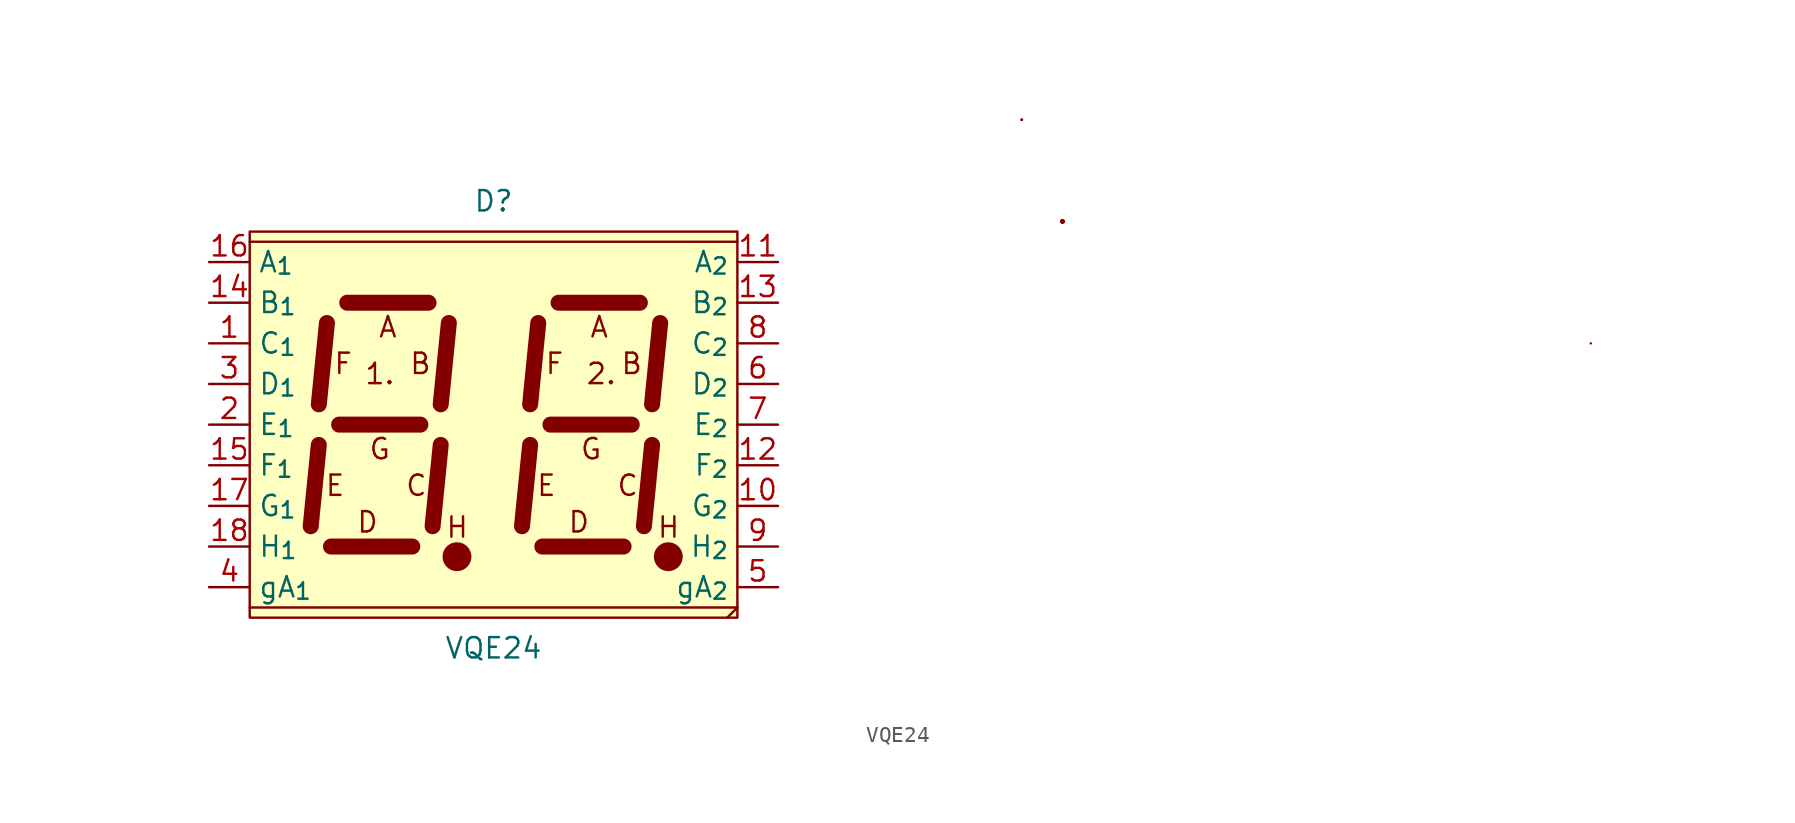
<source format=kicad_sym>
(kicad_symbol_lib
  (version 20211014)
  (generator kicad_symbol_editor)
  (symbol "VQE24"
    (property "Reference" "D"
      (at 0 15.24 0)
      (effects (font (size 1.27 1.27))))
    (property "Value" "VQE24"
      (at 0 -12.7 0)
      (effects (font (size 1.27 1.27))))
    (symbol "VQE24_0_0"
      (polyline (pts (xy 68.58 6.35) (xy 68.58 6.35)) (stroke (width 0.152) (type default) (color 0 0 0 0)) (fill (type none)))
      (circle (center 35.56 13.97) (radius 0.0001) (stroke (width 0.152) (type default) (color 0 0 0 0)) (fill (type none)))
      (circle (center 35.56 13.97) (radius 0.0001) (stroke (width 0.152) (type default) (color 0 0 0 0)) (fill (type none)))
      (text "1." (at -7.112 4.445 0) (effects (font (size 1.27 1.27))))
      (text "2." (at 6.731 4.445 0) (effects (font (size 1.27 1.27))))
      (text "A" (at -6.604 7.366 0) (effects (font (size 1.27 1.27))))
      (text "A" (at 6.604 7.366 0) (effects (font (size 1.27 1.27))))
      (text "B" (at -4.572 5.08 0) (effects (font (size 1.27 1.27))))
      (text "B" (at 8.636 5.08 0) (effects (font (size 1.27 1.27))))
      (text "C" (at -4.826 -2.54 0) (effects (font (size 1.27 1.27))))
      (text "C" (at 8.382 -2.54 0) (effects (font (size 1.27 1.27))))
      (text "D" (at -7.874 -4.826 0) (effects (font (size 1.27 1.27))))
      (text "D" (at 5.334 -4.826 0) (effects (font (size 1.27 1.27))))
      (text "E" (at -9.906 -2.54 0) (effects (font (size 1.27 1.27))))
      (text "E" (at 3.302 -2.54 0) (effects (font (size 1.27 1.27))))
      (text "F" (at -9.398 5.08 0) (effects (font (size 1.27 1.27))))
      (text "F" (at 3.81 5.08 0) (effects (font (size 1.27 1.27))))
      (text "G" (at -7.112 -0.254 0) (effects (font (size 1.27 1.27))))
      (text "G" (at 6.096 -0.254 0) (effects (font (size 1.27 1.27))))
      (text "H" (at -2.271 -5.151 0) (effects (font (size 1.27 1.27))))
      (text "H" (at 10.937 -5.151 0) (effects (font (size 1.27 1.27)))))
    (symbol "VQE24_0_1"
      (rectangle (start -15.24 13.335) (end 15.24 -10.795) (stroke (width 0.152) (type default) (color 0 0 0 0)) (fill (type background)))
      (circle (center -2.286 -6.985) (radius 0.827) (stroke (width 0.152) (type default) (color 0 0 0 0)) (fill (type outline)))
      (polyline (pts (xy -15.24 -10.16) (xy 15.24 -10.16)) (stroke (width 0.152) (type default) (color 0 0 0 0)) (fill (type none)))
      (polyline (pts (xy -15.24 12.7) (xy 15.24 12.7)) (stroke (width 0.152) (type default) (color 0 0 0 0)) (fill (type none)))
      (polyline (pts (xy -10.922 0) (xy -11.43 -5.08)) (stroke (width 1) (type default) (color 0 0 0 0)) (fill (type none)))
      (polyline (pts (xy -10.414 7.62) (xy -10.922 2.54)) (stroke (width 1) (type default) (color 0 0 0 0)) (fill (type none)))
      (polyline (pts (xy -10.16 -6.35) (xy -5.08 -6.35)) (stroke (width 1) (type default) (color 0 0 0 0)) (fill (type none)))
      (polyline (pts (xy -9.652 1.27) (xy -4.572 1.27)) (stroke (width 1) (type default) (color 0 0 0 0)) (fill (type none)))
      (polyline (pts (xy -9.144 8.89) (xy -4.064 8.89)) (stroke (width 1) (type default) (color 0 0 0 0)) (fill (type none)))
      (polyline (pts (xy -3.302 0) (xy -3.81 -5.08)) (stroke (width 1) (type default) (color 0 0 0 0)) (fill (type none)))
      (polyline (pts (xy -2.794 7.62) (xy -3.302 2.54)) (stroke (width 1) (type default) (color 0 0 0 0)) (fill (type none)))
      (polyline (pts (xy 2.286 0) (xy 1.778 -5.08)) (stroke (width 1) (type default) (color 0 0 0 0)) (fill (type none)))
      (polyline (pts (xy 2.794 7.62) (xy 2.286 2.54)) (stroke (width 1) (type default) (color 0 0 0 0)) (fill (type none)))
      (polyline (pts (xy 3.048 -6.35) (xy 8.128 -6.35)) (stroke (width 1) (type default) (color 0 0 0 0)) (fill (type none)))
      (polyline (pts (xy 3.556 1.27) (xy 8.636 1.27)) (stroke (width 1) (type default) (color 0 0 0 0)) (fill (type none)))
      (polyline (pts (xy 4.064 8.89) (xy 9.144 8.89)) (stroke (width 1) (type default) (color 0 0 0 0)) (fill (type none)))
      (polyline (pts (xy 9.906 0) (xy 9.398 -5.08)) (stroke (width 1) (type default) (color 0 0 0 0)) (fill (type none)))
      (polyline (pts (xy 10.414 7.62) (xy 9.906 2.54)) (stroke (width 1) (type default) (color 0 0 0 0)) (fill (type none)))
      (polyline (pts (xy 15.24 -10.16) (xy 14.605 -10.795)) (stroke (width 0.152) (type default) (color 0 0 0 0)) (fill (type none)))
      (circle (center 10.922 -6.985) (radius 0.827) (stroke (width 0.152) (type default) (color 0 0 0 0)) (fill (type outline)))
      (rectangle (start 33.02 20.32) (end 33.02 20.32) (stroke (width 0.152) (type default) (color 0 0 0 0)) (fill (type none)))
      (rectangle (start 33.02 20.32) (end 33.02 20.32) (stroke (width 0.152) (type default) (color 0 0 0 0)) (fill (type none)))
      (rectangle (start 33.02 20.32) (end 33.02 20.32) (stroke (width 0.152) (type default) (color 0 0 0 0)) (fill (type none)))
      (rectangle (start 33.02 20.32) (end 33.02 20.32) (stroke (width 0.152) (type default) (color 0 0 0 0)) (fill (type none)))
      (rectangle (start 33.02 20.32) (end 33.02 20.32) (stroke (width 0.152) (type default) (color 0 0 0 0)) (fill (type none))))
    (symbol "VQE24_1_1"
      (pin passive line (at -17.78 6.35 0) (length 2.54) (name "C_{1}" (effects (font (size 1.27 1.27)))) (number "1" (effects (font (size 1.27 1.27)))))
      (pin passive line (at 17.78 -3.81 180) (length 2.54) (name "G_{2}" (effects (font (size 1.27 1.27)))) (number "10" (effects (font (size 1.27 1.27)))))
      (pin passive line (at 17.78 11.43 180) (length 2.54) (name "A_{2}" (effects (font (size 1.27 1.27)))) (number "11" (effects (font (size 1.27 1.27)))))
      (pin passive line (at 17.78 -1.27 180) (length 2.54) (name "F_{2}" (effects (font (size 1.27 1.27)))) (number "12" (effects (font (size 1.27 1.27)))))
      (pin passive line (at 17.78 8.89 180) (length 2.54) (name "B_{2}" (effects (font (size 1.27 1.27)))) (number "13" (effects (font (size 1.27 1.27)))))
      (pin passive line (at -17.78 8.89 0) (length 2.54) (name "B_{1}" (effects (font (size 1.27 1.27)))) (number "14" (effects (font (size 1.27 1.27)))))
      (pin passive line (at -17.78 -1.27 0) (length 2.54) (name "F_{1}" (effects (font (size 1.27 1.27)))) (number "15" (effects (font (size 1.27 1.27)))))
      (pin passive line (at -17.78 11.43 0) (length 2.54) (name "A_{1}" (effects (font (size 1.27 1.27)))) (number "16" (effects (font (size 1.27 1.27)))))
      (pin passive line (at -17.78 -3.81 0) (length 2.54) (name "G_{1}" (effects (font (size 1.27 1.27)))) (number "17" (effects (font (size 1.27 1.27)))))
      (pin passive line (at -17.78 -6.35 0) (length 2.54) (name "H_{1}" (effects (font (size 1.27 1.27)))) (number "18" (effects (font (size 1.27 1.27)))))
      (pin passive line (at -17.78 1.27 0) (length 2.54) (name "E_{1}" (effects (font (size 1.27 1.27)))) (number "2" (effects (font (size 1.27 1.27)))))
      (pin passive line (at -17.78 3.81 0) (length 2.54) (name "D_{1}" (effects (font (size 1.27 1.27)))) (number "3" (effects (font (size 1.27 1.27)))))
      (pin passive line (at -17.78 -8.89 0) (length 2.54) (name "gA_{1}" (effects (font (size 1.27 1.27)))) (number "4" (effects (font (size 1.27 1.27)))))
      (pin passive line (at 17.78 -8.89 180) (length 2.54) (name "gA_{2}" (effects (font (size 1.27 1.27)))) (number "5" (effects (font (size 1.27 1.27)))))
      (pin passive line (at 17.78 3.81 180) (length 2.54) (name "D_{2}" (effects (font (size 1.27 1.27)))) (number "6" (effects (font (size 1.27 1.27)))))
      (pin passive line (at 17.78 1.27 180) (length 2.54) (name "E_{2}" (effects (font (size 1.27 1.27)))) (number "7" (effects (font (size 1.27 1.27)))))
      (pin passive line (at 17.78 6.35 180) (length 2.54) (name "C_{2}" (effects (font (size 1.27 1.27)))) (number "8" (effects (font (size 1.27 1.27)))))
      (pin passive line (at 17.78 -6.35 180) (length 2.54) (name "H_{2}" (effects (font (size 1.27 1.27)))) (number "9" (effects (font (size 1.27 1.27))))))))
</source>
